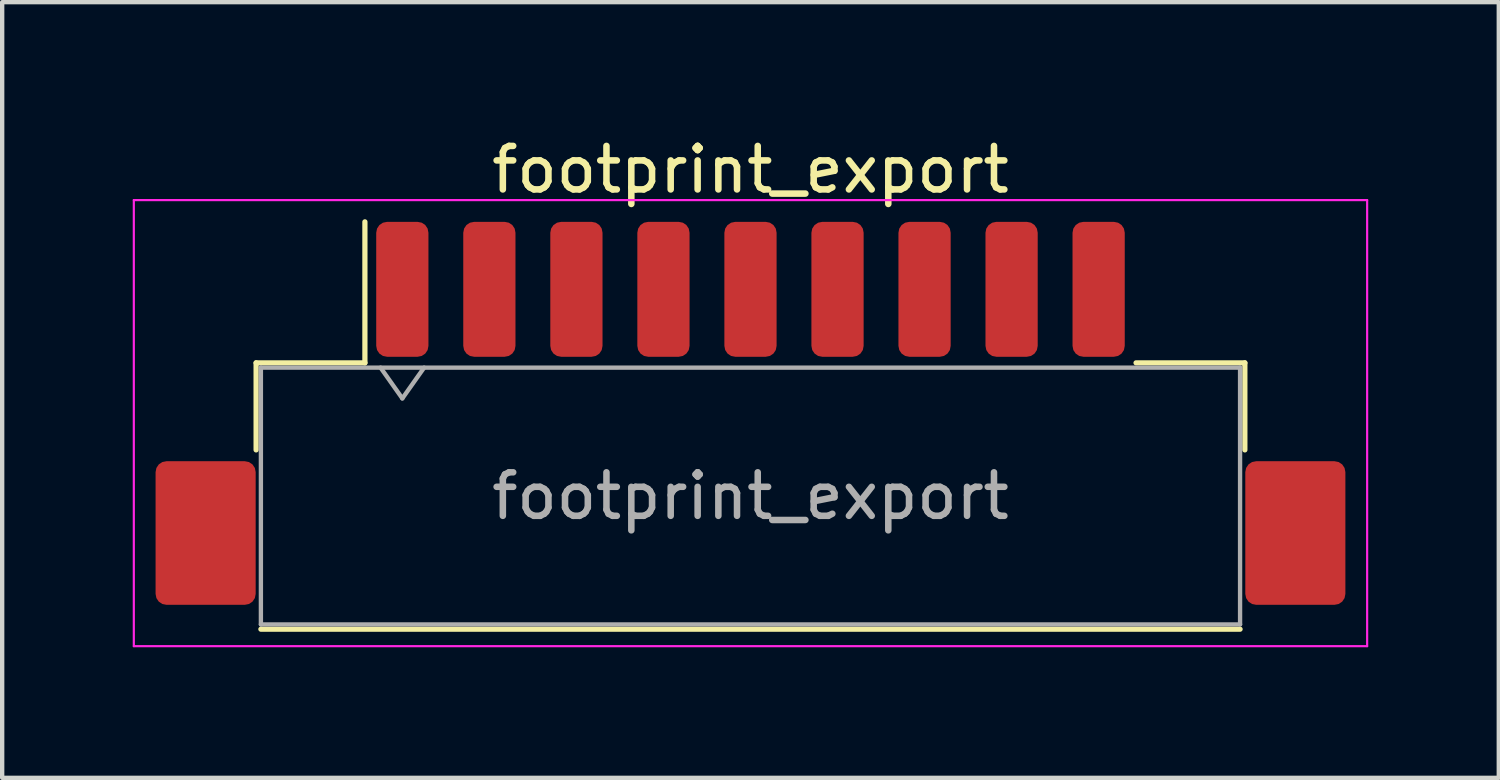
<source format=kicad_pcb>
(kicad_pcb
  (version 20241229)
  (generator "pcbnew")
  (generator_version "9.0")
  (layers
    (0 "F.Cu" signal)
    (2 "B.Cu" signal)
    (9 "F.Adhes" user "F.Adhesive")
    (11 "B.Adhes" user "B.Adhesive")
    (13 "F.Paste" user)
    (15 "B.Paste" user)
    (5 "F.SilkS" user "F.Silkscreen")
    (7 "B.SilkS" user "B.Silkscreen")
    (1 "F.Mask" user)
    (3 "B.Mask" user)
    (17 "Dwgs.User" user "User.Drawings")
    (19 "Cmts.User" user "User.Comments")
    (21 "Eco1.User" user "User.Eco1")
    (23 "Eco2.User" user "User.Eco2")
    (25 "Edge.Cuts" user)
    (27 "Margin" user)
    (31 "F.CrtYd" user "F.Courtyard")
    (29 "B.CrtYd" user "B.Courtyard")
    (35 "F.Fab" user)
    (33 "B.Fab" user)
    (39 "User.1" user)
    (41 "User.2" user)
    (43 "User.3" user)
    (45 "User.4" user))
  (footprint "footprint_export"
    (layer "F.Cu")
    (at 14.195 6.448)
    (property "Reference" "footprint_export" (at 0 -5.6 0) (layer "F.SilkS") (effects (font (size 1 1) (thickness 0.15))))
    (attr smd)
    (fp_line (start -11.36 -1.16) (end -8.86 -1.16) (stroke (width 0.12) (type solid)) (layer "F.SilkS"))
    (fp_line (start -11.36 0.84) (end -11.36 -1.16) (stroke (width 0.12) (type solid)) (layer "F.SilkS"))
    (fp_line (start -11.25 4.96) (end 11.25 4.96) (stroke (width 0.12) (type solid)) (layer "F.SilkS"))
    (fp_line (start -8.86 -1.16) (end -8.86 -4.4) (stroke (width 0.12) (type solid)) (layer "F.SilkS"))
    (fp_line (start 11.36 -1.16) (end 8.86 -1.16) (stroke (width 0.12) (type solid)) (layer "F.SilkS"))
    (fp_line (start 11.36 0.84) (end 11.36 -1.16) (stroke (width 0.12) (type solid)) (layer "F.SilkS"))
    (fp_line (start -14.17 -4.9) (end -14.17 5.35) (stroke (width 0.05) (type solid)) (layer "F.CrtYd"))
    (fp_line (start -14.17 5.35) (end 14.17 5.35) (stroke (width 0.05) (type solid)) (layer "F.CrtYd"))
    (fp_line (start 14.17 -4.9) (end -14.17 -4.9) (stroke (width 0.05) (type solid)) (layer "F.CrtYd"))
    (fp_line (start 14.17 5.35) (end 14.17 -4.9) (stroke (width 0.05) (type solid)) (layer "F.CrtYd"))
    (fp_line (start -11.25 -1.05) (end -11.25 4.85) (stroke (width 0.1) (type solid)) (layer "F.Fab"))
    (fp_line (start -11.25 -1.05) (end 11.25 -1.05) (stroke (width 0.1) (type solid)) (layer "F.Fab"))
    (fp_line (start -11.25 4.85) (end 11.25 4.85) (stroke (width 0.1) (type solid)) (layer "F.Fab"))
    (fp_line (start -8.5 -1.05) (end -8 -0.343) (stroke (width 0.1) (type solid)) (layer "F.Fab"))
    (fp_line (start -8 -0.343) (end -7.5 -1.05) (stroke (width 0.1) (type solid)) (layer "F.Fab"))
    (fp_line (start 11.25 -1.05) (end 11.25 4.85) (stroke (width 0.1) (type solid)) (layer "F.Fab"))
    (fp_text user "${REFERENCE}" (at 0 1.9 0) (layer "F.Fab") (effects (font (size 1 1) (thickness 0.15))))
    (pad "1" smd roundrect (at -8 -2.85) (size 1.2 3.1) (layers "F.Cu" "F.Mask" "F.Paste") (roundrect_rratio 0.208))
    (pad "2" smd roundrect (at -6 -2.85) (size 1.2 3.1) (layers "F.Cu" "F.Mask" "F.Paste") (roundrect_rratio 0.208))
    (pad "3" smd roundrect (at -4 -2.85) (size 1.2 3.1) (layers "F.Cu" "F.Mask" "F.Paste") (roundrect_rratio 0.208))
    (pad "4" smd roundrect (at -2 -2.85) (size 1.2 3.1) (layers "F.Cu" "F.Mask" "F.Paste") (roundrect_rratio 0.208))
    (pad "5" smd roundrect (at 0 -2.85) (size 1.2 3.1) (layers "F.Cu" "F.Mask" "F.Paste") (roundrect_rratio 0.208))
    (pad "6" smd roundrect (at 2 -2.85) (size 1.2 3.1) (layers "F.Cu" "F.Mask" "F.Paste") (roundrect_rratio 0.208))
    (pad "7" smd roundrect (at 4 -2.85) (size 1.2 3.1) (layers "F.Cu" "F.Mask" "F.Paste") (roundrect_rratio 0.208))
    (pad "8" smd roundrect (at 6 -2.85) (size 1.2 3.1) (layers "F.Cu" "F.Mask" "F.Paste") (roundrect_rratio 0.208))
    (pad "9" smd roundrect (at 8 -2.85) (size 1.2 3.1) (layers "F.Cu" "F.Mask" "F.Paste") (roundrect_rratio 0.208))
    (pad "MP" smd roundrect (at -12.52 2.75) (size 2.3 3.3) (layers "F.Cu" "F.Mask" "F.Paste") (roundrect_rratio 0.109))
    (pad "MP" smd roundrect (at 12.52 2.75) (size 2.3 3.3) (layers "F.Cu" "F.Mask" "F.Paste") (roundrect_rratio 0.109)))
  (gr_rect
    (start -3 -3)
    (end 31.39 14.823)
    (stroke (width 0.1) (type default))
    (fill no)
    (layer "Edge.Cuts")))
</source>
